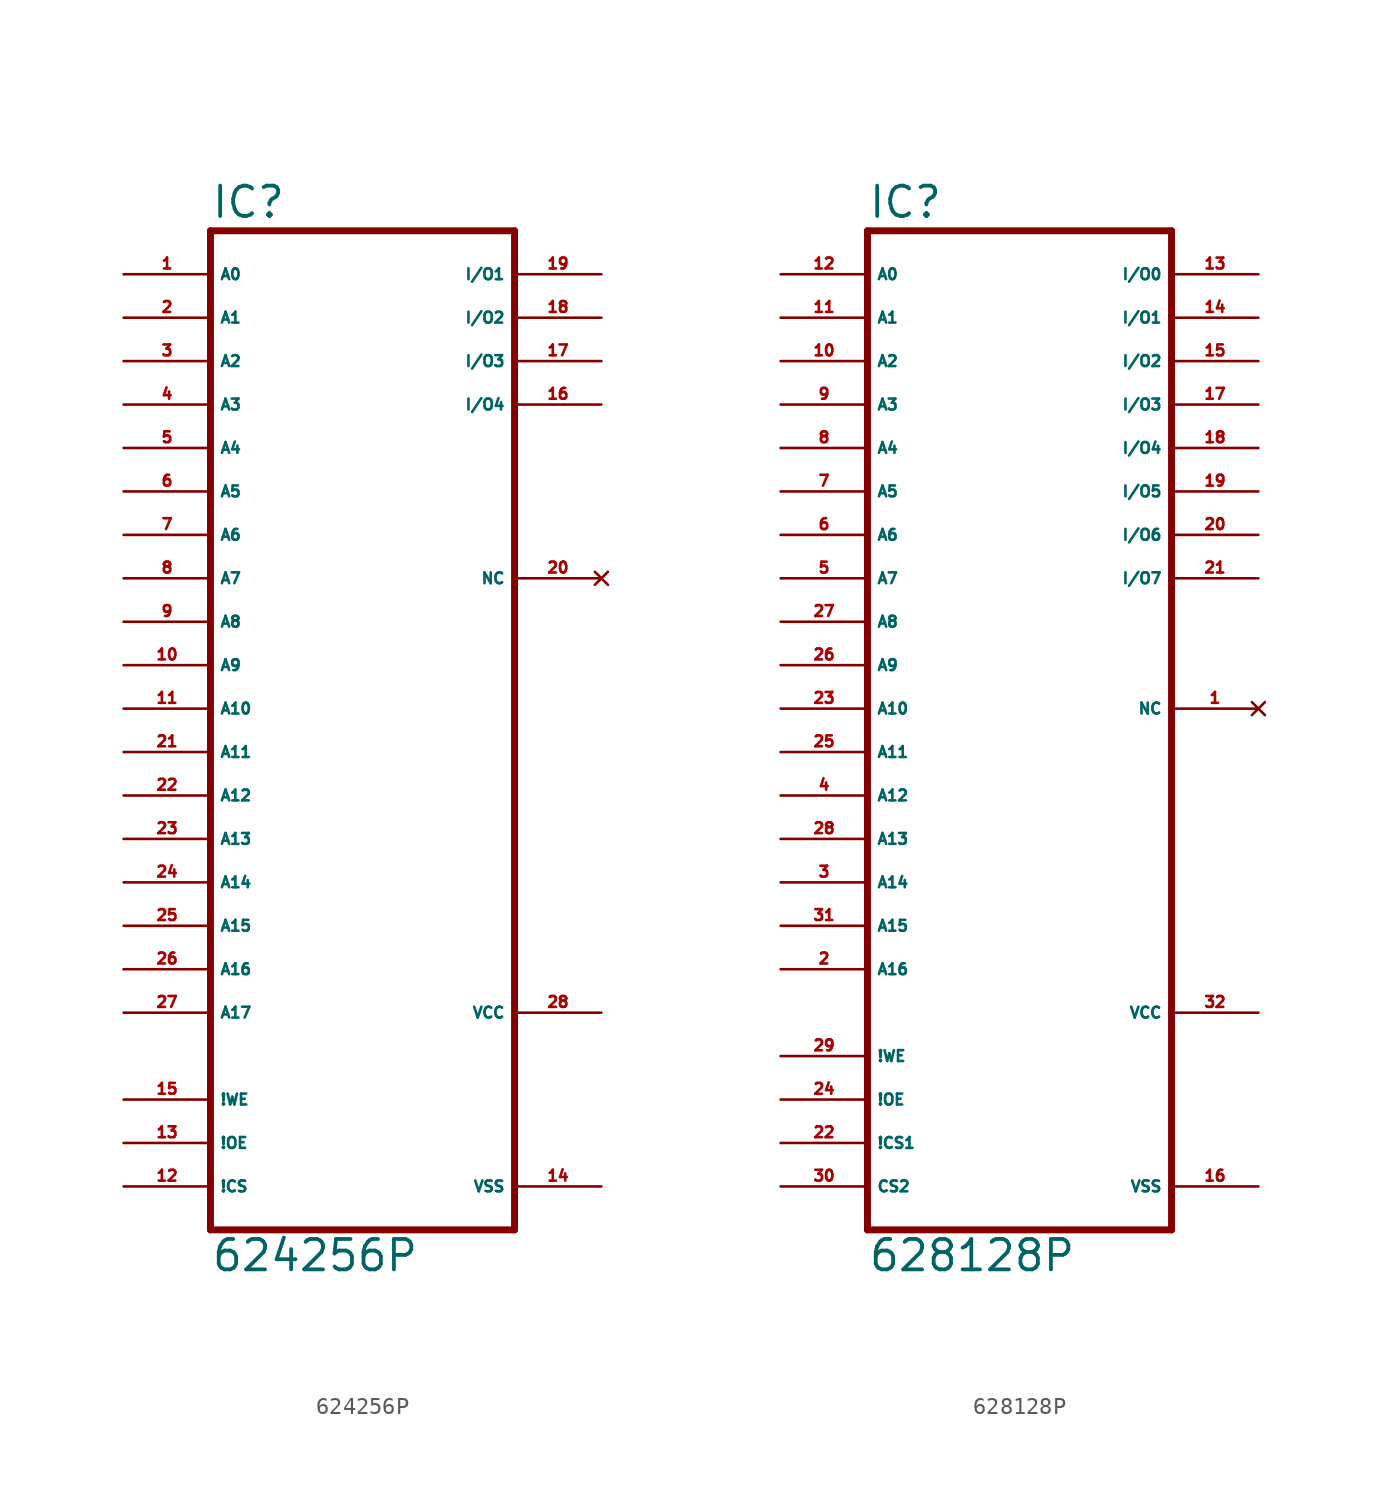
<source format=kicad_sym>
(kicad_symbol_lib
  (version 20220914)
  (generator Eagle2Kicad)
  (symbol "624256P"
    (property "Reference" "IC"
      (at -10.16 28.575 0)
      (effects (font (size 1.778 1.778) (thickness 0.22)) (justify left bottom)))
    (property "Value" "624256P"
      (at -10.16 -33.02 0)
      (effects (font (size 1.778 1.778) (thickness 0.22)) (justify left bottom)))
    (polyline
      (pts (xy -10.16 -30.48) (xy 7.62 -30.48))
      (stroke (width 0.406) (type default))
      (fill (type none)))
    (polyline
      (pts (xy 7.62 27.94) (xy 7.62 -30.48))
      (stroke (width 0.406) (type default))
      (fill (type none)))
    (polyline
      (pts (xy 7.62 27.94) (xy -10.16 27.94))
      (stroke (width 0.406) (type default))
      (fill (type none)))
    (polyline
      (pts (xy -10.16 -30.48) (xy -10.16 27.94))
      (stroke (width 0.406) (type default))
      (fill (type none)))
    (pin input line
      (at -15.24 25.4 0)
      (length 5.08)
      (name "A0" (effects (font (size 0.635 0.635) (thickness 0.08)) (justify left bottom)))
      (number "1" (effects (font (size 0.635 0.635) (thickness 0.08)) (justify left bottom))))
    (pin input line
      (at -15.24 22.86 0)
      (length 5.08)
      (name "A1" (effects (font (size 0.635 0.635) (thickness 0.08)) (justify left bottom)))
      (number "2" (effects (font (size 0.635 0.635) (thickness 0.08)) (justify left bottom))))
    (pin input line
      (at -15.24 20.32 0)
      (length 5.08)
      (name "A2" (effects (font (size 0.635 0.635) (thickness 0.08)) (justify left bottom)))
      (number "3" (effects (font (size 0.635 0.635) (thickness 0.08)) (justify left bottom))))
    (pin input line
      (at -15.24 17.78 0)
      (length 5.08)
      (name "A3" (effects (font (size 0.635 0.635) (thickness 0.08)) (justify left bottom)))
      (number "4" (effects (font (size 0.635 0.635) (thickness 0.08)) (justify left bottom))))
    (pin input line
      (at -15.24 15.24 0)
      (length 5.08)
      (name "A4" (effects (font (size 0.635 0.635) (thickness 0.08)) (justify left bottom)))
      (number "5" (effects (font (size 0.635 0.635) (thickness 0.08)) (justify left bottom))))
    (pin input line
      (at -15.24 12.7 0)
      (length 5.08)
      (name "A5" (effects (font (size 0.635 0.635) (thickness 0.08)) (justify left bottom)))
      (number "6" (effects (font (size 0.635 0.635) (thickness 0.08)) (justify left bottom))))
    (pin input line
      (at -15.24 10.16 0)
      (length 5.08)
      (name "A6" (effects (font (size 0.635 0.635) (thickness 0.08)) (justify left bottom)))
      (number "7" (effects (font (size 0.635 0.635) (thickness 0.08)) (justify left bottom))))
    (pin input line
      (at -15.24 7.62 0)
      (length 5.08)
      (name "A7" (effects (font (size 0.635 0.635) (thickness 0.08)) (justify left bottom)))
      (number "8" (effects (font (size 0.635 0.635) (thickness 0.08)) (justify left bottom))))
    (pin input line
      (at -15.24 5.08 0)
      (length 5.08)
      (name "A8" (effects (font (size 0.635 0.635) (thickness 0.08)) (justify left bottom)))
      (number "9" (effects (font (size 0.635 0.635) (thickness 0.08)) (justify left bottom))))
    (pin input line
      (at -15.24 2.54 0)
      (length 5.08)
      (name "A9" (effects (font (size 0.635 0.635) (thickness 0.08)) (justify left bottom)))
      (number "10" (effects (font (size 0.635 0.635) (thickness 0.08)) (justify left bottom))))
    (pin input line
      (at -15.24 0 0)
      (length 5.08)
      (name "A10" (effects (font (size 0.635 0.635) (thickness 0.08)) (justify left bottom)))
      (number "11" (effects (font (size 0.635 0.635) (thickness 0.08)) (justify left bottom))))
    (pin input line
      (at -15.24 -2.54 0)
      (length 5.08)
      (name "A11" (effects (font (size 0.635 0.635) (thickness 0.08)) (justify left bottom)))
      (number "21" (effects (font (size 0.635 0.635) (thickness 0.08)) (justify left bottom))))
    (pin input line
      (at -15.24 -5.08 0)
      (length 5.08)
      (name "A12" (effects (font (size 0.635 0.635) (thickness 0.08)) (justify left bottom)))
      (number "22" (effects (font (size 0.635 0.635) (thickness 0.08)) (justify left bottom))))
    (pin input line
      (at -15.24 -7.62 0)
      (length 5.08)
      (name "A13" (effects (font (size 0.635 0.635) (thickness 0.08)) (justify left bottom)))
      (number "23" (effects (font (size 0.635 0.635) (thickness 0.08)) (justify left bottom))))
    (pin input line
      (at -15.24 -10.16 0)
      (length 5.08)
      (name "A14" (effects (font (size 0.635 0.635) (thickness 0.08)) (justify left bottom)))
      (number "24" (effects (font (size 0.635 0.635) (thickness 0.08)) (justify left bottom))))
    (pin input line
      (at -15.24 -12.7 0)
      (length 5.08)
      (name "A15" (effects (font (size 0.635 0.635) (thickness 0.08)) (justify left bottom)))
      (number "25" (effects (font (size 0.635 0.635) (thickness 0.08)) (justify left bottom))))
    (pin input line
      (at -15.24 -15.24 0)
      (length 5.08)
      (name "A16" (effects (font (size 0.635 0.635) (thickness 0.08)) (justify left bottom)))
      (number "26" (effects (font (size 0.635 0.635) (thickness 0.08)) (justify left bottom))))
    (pin input line
      (at -15.24 -17.78 0)
      (length 5.08)
      (name "A17" (effects (font (size 0.635 0.635) (thickness 0.08)) (justify left bottom)))
      (number "27" (effects (font (size 0.635 0.635) (thickness 0.08)) (justify left bottom))))
    (pin input line
      (at -15.24 -22.86 0)
      (length 5.08)
      (name "!WE" (effects (font (size 0.635 0.635) (thickness 0.08)) (justify left bottom)))
      (number "15" (effects (font (size 0.635 0.635) (thickness 0.08)) (justify left bottom))))
    (pin input line
      (at -15.24 -25.4 0)
      (length 5.08)
      (name "!OE" (effects (font (size 0.635 0.635) (thickness 0.08)) (justify left bottom)))
      (number "13" (effects (font (size 0.635 0.635) (thickness 0.08)) (justify left bottom))))
    (pin input line
      (at -15.24 -27.94 0)
      (length 5.08)
      (name "!CS" (effects (font (size 0.635 0.635) (thickness 0.08)) (justify left bottom)))
      (number "12" (effects (font (size 0.635 0.635) (thickness 0.08)) (justify left bottom))))
    (pin unspecified line
      (at 12.7 -27.94 180)
      (length 5.08)
      (name "VSS" (effects (font (size 0.635 0.635) (thickness 0.08)) (justify left bottom)))
      (number "14" (effects (font (size 0.635 0.635) (thickness 0.08)) (justify left bottom))))
    (pin unspecified line
      (at 12.7 -17.78 180)
      (length 5.08)
      (name "VCC" (effects (font (size 0.635 0.635) (thickness 0.08)) (justify left bottom)))
      (number "28" (effects (font (size 0.635 0.635) (thickness 0.08)) (justify left bottom))))
    (pin bidirectional line
      (at 12.7 25.4 180)
      (length 5.08)
      (name "I/O1" (effects (font (size 0.635 0.635) (thickness 0.08)) (justify left bottom)))
      (number "19" (effects (font (size 0.635 0.635) (thickness 0.08)) (justify left bottom))))
    (pin bidirectional line
      (at 12.7 22.86 180)
      (length 5.08)
      (name "I/O2" (effects (font (size 0.635 0.635) (thickness 0.08)) (justify left bottom)))
      (number "18" (effects (font (size 0.635 0.635) (thickness 0.08)) (justify left bottom))))
    (pin bidirectional line
      (at 12.7 20.32 180)
      (length 5.08)
      (name "I/O3" (effects (font (size 0.635 0.635) (thickness 0.08)) (justify left bottom)))
      (number "17" (effects (font (size 0.635 0.635) (thickness 0.08)) (justify left bottom))))
    (pin bidirectional line
      (at 12.7 17.78 180)
      (length 5.08)
      (name "I/O4" (effects (font (size 0.635 0.635) (thickness 0.08)) (justify left bottom)))
      (number "16" (effects (font (size 0.635 0.635) (thickness 0.08)) (justify left bottom))))
    (pin no_connect line
      (at 12.7 7.62 180)
      (length 5.08)
      (name "NC" (effects (font (size 0.635 0.635) (thickness 0.08)) (justify left bottom) hide))
      (number "20" (effects (font (size 0.635 0.635) (thickness 0.08)) (justify left bottom) hide))))
  (symbol "628128P"
    (property "Reference" "IC"
      (at -10.16 31.115 0)
      (effects (font (size 1.778 1.778) (thickness 0.22)) (justify left bottom)))
    (property "Value" "628128P"
      (at -10.16 -30.48 0)
      (effects (font (size 1.778 1.778) (thickness 0.22)) (justify left bottom)))
    (polyline
      (pts (xy -10.16 -27.94) (xy 7.62 -27.94))
      (stroke (width 0.406) (type default))
      (fill (type none)))
    (polyline
      (pts (xy 7.62 30.48) (xy 7.62 -27.94))
      (stroke (width 0.406) (type default))
      (fill (type none)))
    (polyline
      (pts (xy 7.62 30.48) (xy -10.16 30.48))
      (stroke (width 0.406) (type default))
      (fill (type none)))
    (polyline
      (pts (xy -10.16 -27.94) (xy -10.16 30.48))
      (stroke (width 0.406) (type default))
      (fill (type none)))
    (pin input line
      (at -15.24 27.94 0)
      (length 5.08)
      (name "A0" (effects (font (size 0.635 0.635) (thickness 0.08)) (justify left bottom)))
      (number "12" (effects (font (size 0.635 0.635) (thickness 0.08)) (justify left bottom))))
    (pin input line
      (at -15.24 25.4 0)
      (length 5.08)
      (name "A1" (effects (font (size 0.635 0.635) (thickness 0.08)) (justify left bottom)))
      (number "11" (effects (font (size 0.635 0.635) (thickness 0.08)) (justify left bottom))))
    (pin input line
      (at -15.24 22.86 0)
      (length 5.08)
      (name "A2" (effects (font (size 0.635 0.635) (thickness 0.08)) (justify left bottom)))
      (number "10" (effects (font (size 0.635 0.635) (thickness 0.08)) (justify left bottom))))
    (pin input line
      (at -15.24 20.32 0)
      (length 5.08)
      (name "A3" (effects (font (size 0.635 0.635) (thickness 0.08)) (justify left bottom)))
      (number "9" (effects (font (size 0.635 0.635) (thickness 0.08)) (justify left bottom))))
    (pin input line
      (at -15.24 17.78 0)
      (length 5.08)
      (name "A4" (effects (font (size 0.635 0.635) (thickness 0.08)) (justify left bottom)))
      (number "8" (effects (font (size 0.635 0.635) (thickness 0.08)) (justify left bottom))))
    (pin input line
      (at -15.24 15.24 0)
      (length 5.08)
      (name "A5" (effects (font (size 0.635 0.635) (thickness 0.08)) (justify left bottom)))
      (number "7" (effects (font (size 0.635 0.635) (thickness 0.08)) (justify left bottom))))
    (pin input line
      (at -15.24 12.7 0)
      (length 5.08)
      (name "A6" (effects (font (size 0.635 0.635) (thickness 0.08)) (justify left bottom)))
      (number "6" (effects (font (size 0.635 0.635) (thickness 0.08)) (justify left bottom))))
    (pin input line
      (at -15.24 10.16 0)
      (length 5.08)
      (name "A7" (effects (font (size 0.635 0.635) (thickness 0.08)) (justify left bottom)))
      (number "5" (effects (font (size 0.635 0.635) (thickness 0.08)) (justify left bottom))))
    (pin input line
      (at -15.24 7.62 0)
      (length 5.08)
      (name "A8" (effects (font (size 0.635 0.635) (thickness 0.08)) (justify left bottom)))
      (number "27" (effects (font (size 0.635 0.635) (thickness 0.08)) (justify left bottom))))
    (pin input line
      (at -15.24 5.08 0)
      (length 5.08)
      (name "A9" (effects (font (size 0.635 0.635) (thickness 0.08)) (justify left bottom)))
      (number "26" (effects (font (size 0.635 0.635) (thickness 0.08)) (justify left bottom))))
    (pin input line
      (at -15.24 2.54 0)
      (length 5.08)
      (name "A10" (effects (font (size 0.635 0.635) (thickness 0.08)) (justify left bottom)))
      (number "23" (effects (font (size 0.635 0.635) (thickness 0.08)) (justify left bottom))))
    (pin input line
      (at -15.24 0 0)
      (length 5.08)
      (name "A11" (effects (font (size 0.635 0.635) (thickness 0.08)) (justify left bottom)))
      (number "25" (effects (font (size 0.635 0.635) (thickness 0.08)) (justify left bottom))))
    (pin input line
      (at -15.24 -2.54 0)
      (length 5.08)
      (name "A12" (effects (font (size 0.635 0.635) (thickness 0.08)) (justify left bottom)))
      (number "4" (effects (font (size 0.635 0.635) (thickness 0.08)) (justify left bottom))))
    (pin input line
      (at -15.24 -5.08 0)
      (length 5.08)
      (name "A13" (effects (font (size 0.635 0.635) (thickness 0.08)) (justify left bottom)))
      (number "28" (effects (font (size 0.635 0.635) (thickness 0.08)) (justify left bottom))))
    (pin input line
      (at -15.24 -7.62 0)
      (length 5.08)
      (name "A14" (effects (font (size 0.635 0.635) (thickness 0.08)) (justify left bottom)))
      (number "3" (effects (font (size 0.635 0.635) (thickness 0.08)) (justify left bottom))))
    (pin input line
      (at -15.24 -10.16 0)
      (length 5.08)
      (name "A15" (effects (font (size 0.635 0.635) (thickness 0.08)) (justify left bottom)))
      (number "31" (effects (font (size 0.635 0.635) (thickness 0.08)) (justify left bottom))))
    (pin input line
      (at -15.24 -12.7 0)
      (length 5.08)
      (name "A16" (effects (font (size 0.635 0.635) (thickness 0.08)) (justify left bottom)))
      (number "2" (effects (font (size 0.635 0.635) (thickness 0.08)) (justify left bottom))))
    (pin input line
      (at -15.24 -17.78 0)
      (length 5.08)
      (name "!WE" (effects (font (size 0.635 0.635) (thickness 0.08)) (justify left bottom)))
      (number "29" (effects (font (size 0.635 0.635) (thickness 0.08)) (justify left bottom))))
    (pin input line
      (at -15.24 -20.32 0)
      (length 5.08)
      (name "!OE" (effects (font (size 0.635 0.635) (thickness 0.08)) (justify left bottom)))
      (number "24" (effects (font (size 0.635 0.635) (thickness 0.08)) (justify left bottom))))
    (pin input line
      (at -15.24 -22.86 0)
      (length 5.08)
      (name "!CS1" (effects (font (size 0.635 0.635) (thickness 0.08)) (justify left bottom)))
      (number "22" (effects (font (size 0.635 0.635) (thickness 0.08)) (justify left bottom))))
    (pin bidirectional line
      (at 12.7 27.94 180)
      (length 5.08)
      (name "I/O0" (effects (font (size 0.635 0.635) (thickness 0.08)) (justify left bottom)))
      (number "13" (effects (font (size 0.635 0.635) (thickness 0.08)) (justify left bottom))))
    (pin bidirectional line
      (at 12.7 25.4 180)
      (length 5.08)
      (name "I/O1" (effects (font (size 0.635 0.635) (thickness 0.08)) (justify left bottom)))
      (number "14" (effects (font (size 0.635 0.635) (thickness 0.08)) (justify left bottom))))
    (pin bidirectional line
      (at 12.7 22.86 180)
      (length 5.08)
      (name "I/O2" (effects (font (size 0.635 0.635) (thickness 0.08)) (justify left bottom)))
      (number "15" (effects (font (size 0.635 0.635) (thickness 0.08)) (justify left bottom))))
    (pin bidirectional line
      (at 12.7 20.32 180)
      (length 5.08)
      (name "I/O3" (effects (font (size 0.635 0.635) (thickness 0.08)) (justify left bottom)))
      (number "17" (effects (font (size 0.635 0.635) (thickness 0.08)) (justify left bottom))))
    (pin bidirectional line
      (at 12.7 17.78 180)
      (length 5.08)
      (name "I/O4" (effects (font (size 0.635 0.635) (thickness 0.08)) (justify left bottom)))
      (number "18" (effects (font (size 0.635 0.635) (thickness 0.08)) (justify left bottom))))
    (pin bidirectional line
      (at 12.7 15.24 180)
      (length 5.08)
      (name "I/O5" (effects (font (size 0.635 0.635) (thickness 0.08)) (justify left bottom)))
      (number "19" (effects (font (size 0.635 0.635) (thickness 0.08)) (justify left bottom))))
    (pin bidirectional line
      (at 12.7 12.7 180)
      (length 5.08)
      (name "I/O6" (effects (font (size 0.635 0.635) (thickness 0.08)) (justify left bottom)))
      (number "20" (effects (font (size 0.635 0.635) (thickness 0.08)) (justify left bottom))))
    (pin bidirectional line
      (at 12.7 10.16 180)
      (length 5.08)
      (name "I/O7" (effects (font (size 0.635 0.635) (thickness 0.08)) (justify left bottom)))
      (number "21" (effects (font (size 0.635 0.635) (thickness 0.08)) (justify left bottom))))
    (pin no_connect line
      (at 12.7 2.54 180)
      (length 5.08)
      (name "NC" (effects (font (size 0.635 0.635) (thickness 0.08)) (justify left bottom) hide))
      (number "1" (effects (font (size 0.635 0.635) (thickness 0.08)) (justify left bottom) hide)))
    (pin unspecified line
      (at 12.7 -25.4 180)
      (length 5.08)
      (name "VSS" (effects (font (size 0.635 0.635) (thickness 0.08)) (justify left bottom)))
      (number "16" (effects (font (size 0.635 0.635) (thickness 0.08)) (justify left bottom))))
    (pin unspecified line
      (at 12.7 -15.24 180)
      (length 5.08)
      (name "VCC" (effects (font (size 0.635 0.635) (thickness 0.08)) (justify left bottom)))
      (number "32" (effects (font (size 0.635 0.635) (thickness 0.08)) (justify left bottom))))
    (pin input line
      (at -15.24 -25.4 0)
      (length 5.08)
      (name "CS2" (effects (font (size 0.635 0.635) (thickness 0.08)) (justify left bottom)))
      (number "30" (effects (font (size 0.635 0.635) (thickness 0.08)) (justify left bottom))))))
</source>
